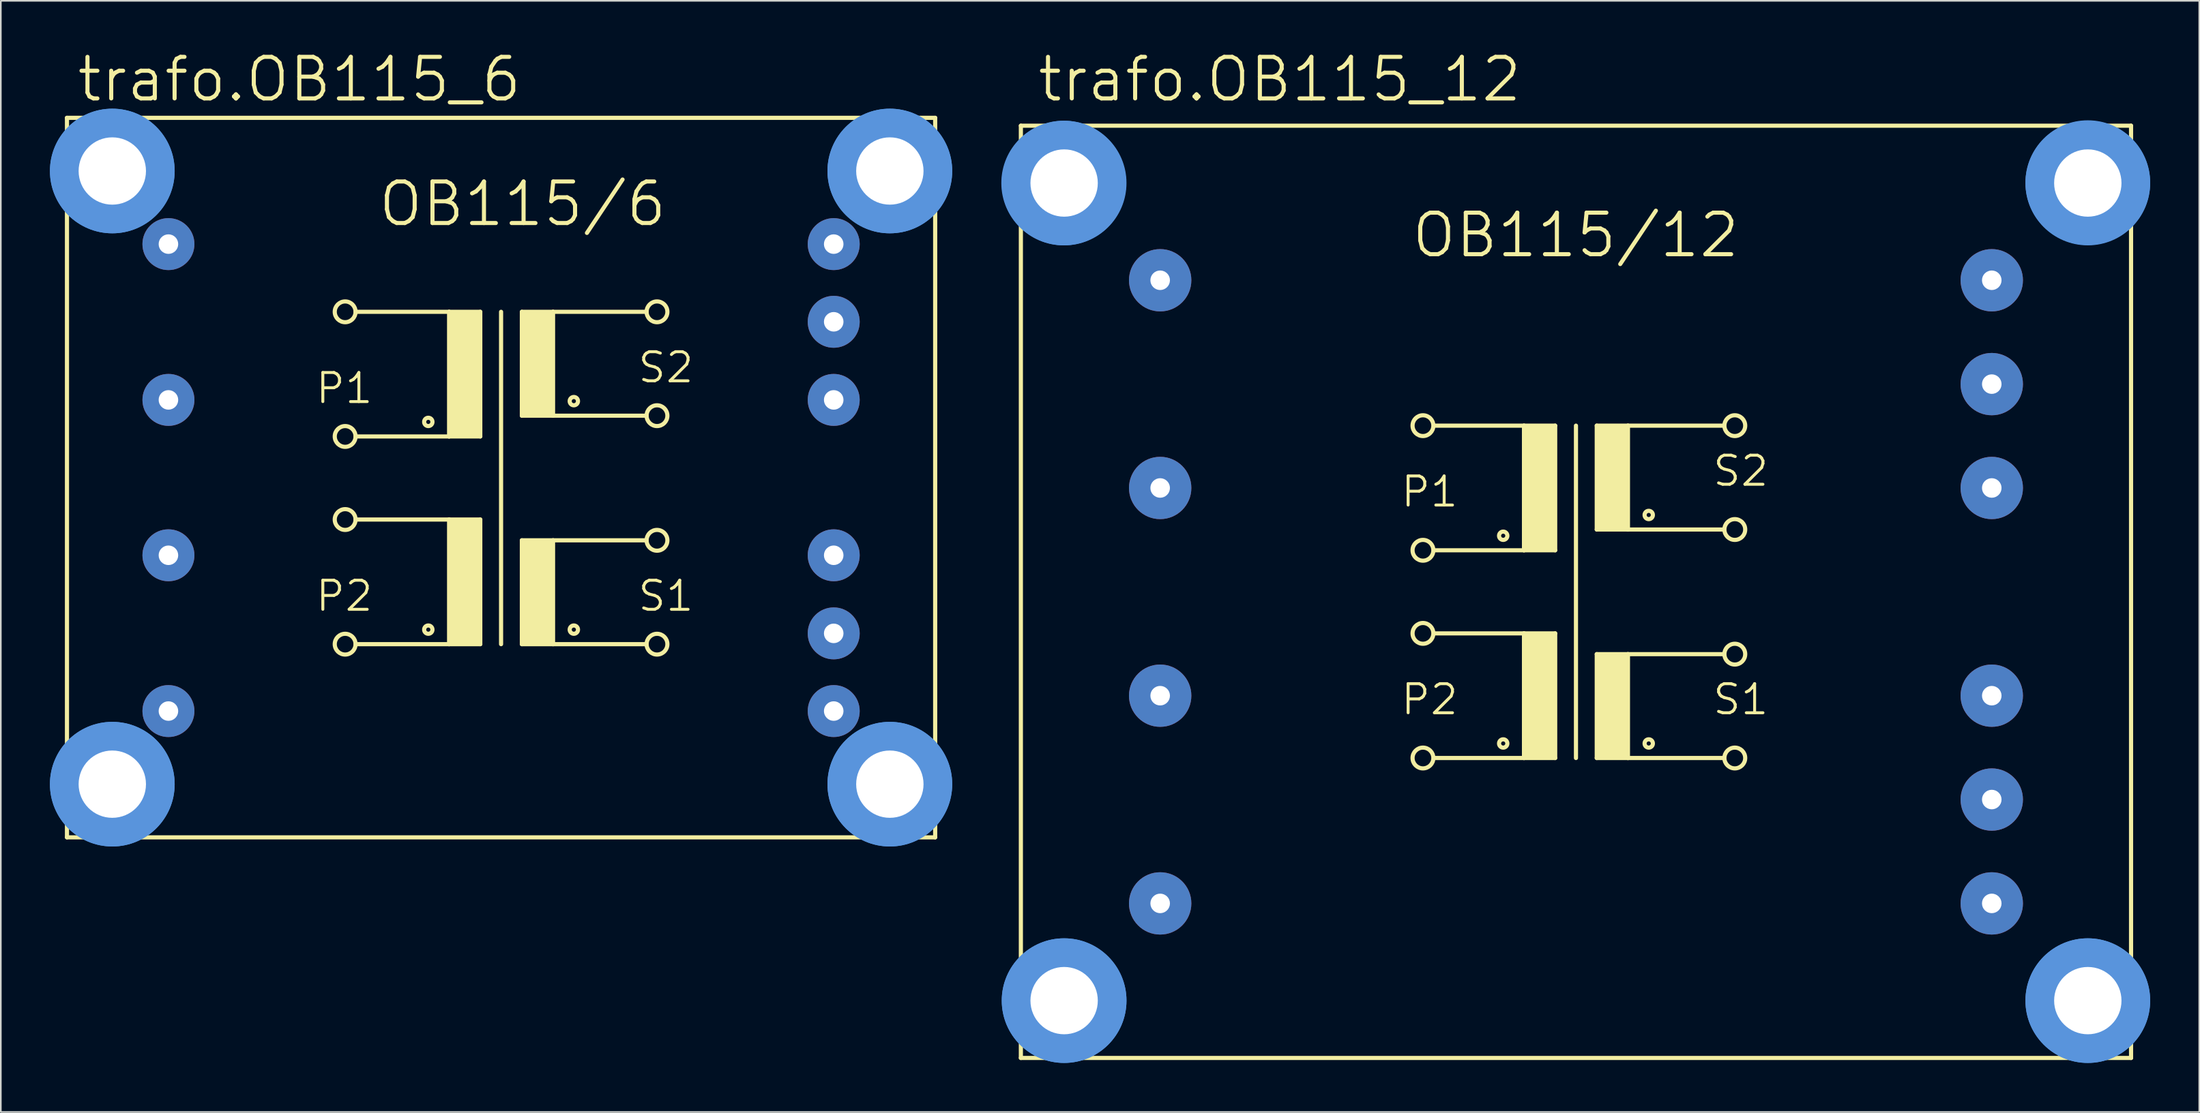
<source format=kicad_pcb>
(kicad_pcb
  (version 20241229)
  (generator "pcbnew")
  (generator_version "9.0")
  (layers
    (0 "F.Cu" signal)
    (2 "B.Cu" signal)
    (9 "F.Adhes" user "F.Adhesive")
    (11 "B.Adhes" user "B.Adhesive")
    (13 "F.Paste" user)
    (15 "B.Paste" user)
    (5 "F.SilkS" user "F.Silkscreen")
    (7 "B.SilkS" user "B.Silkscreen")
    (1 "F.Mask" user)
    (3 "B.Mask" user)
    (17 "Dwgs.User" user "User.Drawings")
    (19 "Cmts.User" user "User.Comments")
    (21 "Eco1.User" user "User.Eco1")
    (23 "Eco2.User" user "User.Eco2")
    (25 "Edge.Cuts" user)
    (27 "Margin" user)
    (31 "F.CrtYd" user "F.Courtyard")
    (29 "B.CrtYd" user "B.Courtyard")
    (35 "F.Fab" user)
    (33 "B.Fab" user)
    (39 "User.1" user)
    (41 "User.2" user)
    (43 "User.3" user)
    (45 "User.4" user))
  (footprint "trafo.OB115_12"
    (layer "F.Cu")
    (at 93.221 33.135)
    (property "Reference" "trafo.OB115_12" (at -33.02 -29.845 0) (layer "F.SilkS") (effects (font (size 2.54 2.54) (thickness 0.25)) (justify left bottom)))
    (attr through_hole)
    (fp_line (start -33.909 -28.499) (end -33.909 28.499) (stroke (width 0.254) (type default)) (layer "F.SilkS"))
    (fp_line (start -33.909 -28.499) (end 33.909 -28.499) (stroke (width 0.254) (type default)) (layer "F.SilkS"))
    (fp_line (start -8.636 -10.16) (end -3.175 -10.16) (stroke (width 0.254) (type default)) (layer "F.SilkS"))
    (fp_line (start -8.636 2.54) (end -3.175 2.54) (stroke (width 0.254) (type default)) (layer "F.SilkS"))
    (fp_line (start -3.175 -10.16) (end -3.175 -2.54) (stroke (width 0.254) (type default)) (layer "F.SilkS"))
    (fp_line (start -3.175 -10.16) (end -1.27 -10.16) (stroke (width 0.254) (type default)) (layer "F.SilkS"))
    (fp_line (start -3.175 -2.54) (end -8.636 -2.54) (stroke (width 0.254) (type default)) (layer "F.SilkS"))
    (fp_line (start -3.175 2.54) (end -3.175 10.16) (stroke (width 0.254) (type default)) (layer "F.SilkS"))
    (fp_line (start -3.175 2.54) (end -1.27 2.54) (stroke (width 0.254) (type default)) (layer "F.SilkS"))
    (fp_line (start -3.175 10.16) (end -8.636 10.16) (stroke (width 0.254) (type default)) (layer "F.SilkS"))
    (fp_line (start -1.27 -10.16) (end -1.27 -2.54) (stroke (width 0.254) (type default)) (layer "F.SilkS"))
    (fp_line (start -1.27 -2.54) (end -3.175 -2.54) (stroke (width 0.254) (type default)) (layer "F.SilkS"))
    (fp_line (start -1.27 2.54) (end -1.27 10.16) (stroke (width 0.254) (type default)) (layer "F.SilkS"))
    (fp_line (start -1.27 10.16) (end -3.175 10.16) (stroke (width 0.254) (type default)) (layer "F.SilkS"))
    (fp_line (start 0 -10.16) (end 0 10.16) (stroke (width 0.254) (type default)) (layer "F.SilkS"))
    (fp_line (start 1.27 -10.16) (end 1.27 -3.81) (stroke (width 0.254) (type default)) (layer "F.SilkS"))
    (fp_line (start 1.27 -10.16) (end 3.175 -10.16) (stroke (width 0.254) (type default)) (layer "F.SilkS"))
    (fp_line (start 1.27 -3.81) (end 3.175 -3.81) (stroke (width 0.254) (type default)) (layer "F.SilkS"))
    (fp_line (start 1.27 3.81) (end 1.27 10.16) (stroke (width 0.254) (type default)) (layer "F.SilkS"))
    (fp_line (start 1.27 3.81) (end 3.175 3.81) (stroke (width 0.254) (type default)) (layer "F.SilkS"))
    (fp_line (start 1.27 10.16) (end 3.175 10.16) (stroke (width 0.254) (type default)) (layer "F.SilkS"))
    (fp_line (start 3.175 -10.16) (end 9.017 -10.16) (stroke (width 0.254) (type default)) (layer "F.SilkS"))
    (fp_line (start 3.175 -3.81) (end 3.175 -10.16) (stroke (width 0.254) (type default)) (layer "F.SilkS"))
    (fp_line (start 3.175 -3.81) (end 9.017 -3.81) (stroke (width 0.254) (type default)) (layer "F.SilkS"))
    (fp_line (start 3.175 3.81) (end 9.017 3.81) (stroke (width 0.254) (type default)) (layer "F.SilkS"))
    (fp_line (start 3.175 10.16) (end 3.175 3.81) (stroke (width 0.254) (type default)) (layer "F.SilkS"))
    (fp_line (start 3.175 10.16) (end 9.017 10.16) (stroke (width 0.254) (type default)) (layer "F.SilkS"))
    (fp_line (start 33.909 28.499) (end -33.909 28.499) (stroke (width 0.254) (type default)) (layer "F.SilkS"))
    (fp_line (start 33.909 28.499) (end 33.909 -28.499) (stroke (width 0.254) (type default)) (layer "F.SilkS"))
    (fp_rect (start -3.2 -2.54) (end -1.295 -10.16) (stroke (width 0.05) (type default)) (fill yes) (layer "F.SilkS"))
    (fp_rect (start -3.2 10.16) (end -1.295 2.54) (stroke (width 0.05) (type default)) (fill yes) (layer "F.SilkS"))
    (fp_rect (start 1.27 -3.835) (end 3.175 -10.185) (stroke (width 0.05) (type default)) (fill yes) (layer "F.SilkS"))
    (fp_rect (start 1.27 10.135) (end 3.175 3.785) (stroke (width 0.05) (type default)) (fill yes) (layer "F.SilkS"))
    (fp_circle (center -9.347 -10.16) (end -8.712 -10.16) (stroke (width 0.254) (type default)) (fill no) (layer "F.SilkS"))
    (fp_circle (center -9.347 -2.54) (end -8.712 -2.54) (stroke (width 0.254) (type default)) (fill no) (layer "F.SilkS"))
    (fp_circle (center -9.347 2.54) (end -8.712 2.54) (stroke (width 0.254) (type default)) (fill no) (layer "F.SilkS"))
    (fp_circle (center -9.347 10.16) (end -8.712 10.16) (stroke (width 0.254) (type default)) (fill no) (layer "F.SilkS"))
    (fp_circle (center -4.445 -3.429) (end -4.191 -3.429) (stroke (width 0.254) (type default)) (fill no) (layer "F.SilkS"))
    (fp_circle (center -4.445 9.271) (end -4.191 9.271) (stroke (width 0.254) (type default)) (fill no) (layer "F.SilkS"))
    (fp_circle (center 4.445 -4.699) (end 4.699 -4.699) (stroke (width 0.254) (type default)) (fill no) (layer "F.SilkS"))
    (fp_circle (center 4.445 9.271) (end 4.699 9.271) (stroke (width 0.254) (type default)) (fill no) (layer "F.SilkS"))
    (fp_circle (center 9.703 -10.16) (end 10.338 -10.16) (stroke (width 0.254) (type default)) (fill no) (layer "F.SilkS"))
    (fp_circle (center 9.703 -3.81) (end 10.338 -3.81) (stroke (width 0.254) (type default)) (fill no) (layer "F.SilkS"))
    (fp_circle (center 9.703 3.81) (end 10.338 3.81) (stroke (width 0.254) (type default)) (fill no) (layer "F.SilkS"))
    (fp_circle (center 9.703 10.16) (end 10.338 10.16) (stroke (width 0.254) (type default)) (fill no) (layer "F.SilkS"))
    (fp_circle (center -31.293 -24.994) (end -28.372 -24.994) (stroke (width 1.778) (type default)) (fill no) (layer "Cmts.User"))
    (fp_circle (center -31.267 -24.994) (end -28.346 -24.994) (stroke (width 1.778) (type default)) (fill no) (layer "Cmts.User"))
    (fp_circle (center -31.267 24.994) (end -28.346 24.994) (stroke (width 1.778) (type default)) (fill no) (layer "Cmts.User"))
    (fp_circle (center -31.267 24.994) (end -28.346 24.994) (stroke (width 1.778) (type default)) (fill no) (layer "Cmts.User"))
    (fp_circle (center 31.267 -25.019) (end 34.188 -25.019) (stroke (width 1.778) (type default)) (fill no) (layer "Cmts.User"))
    (fp_circle (center 31.267 -24.994) (end 34.188 -24.994) (stroke (width 1.778) (type default)) (fill no) (layer "Cmts.User"))
    (fp_circle (center 31.267 24.994) (end 34.188 24.994) (stroke (width 1.778) (type default)) (fill no) (layer "Cmts.User"))
    (fp_circle (center 31.267 24.994) (end 34.188 24.994) (stroke (width 1.778) (type default)) (fill no) (layer "Cmts.User"))
    (fp_text user "S1" (at 8.255 7.62 0) (layer "F.SilkS") (effects (font (size 1.778 1.778) (thickness 0.18)) (justify left bottom)))
    (fp_text user "S2" (at 8.255 -6.35 0) (layer "F.SilkS") (effects (font (size 1.778 1.778) (thickness 0.18)) (justify left bottom)))
    (fp_text user "P2" (at -10.795 7.62 0) (layer "F.SilkS") (effects (font (size 1.778 1.778) (thickness 0.18)) (justify left bottom)))
    (fp_text user "P1" (at -10.795 -5.08 0) (layer "F.SilkS") (effects (font (size 1.778 1.778) (thickness 0.18)) (justify left bottom)))
    (fp_text user "OB115/12" (at -10.16 -20.32 0) (layer "F.SilkS") (effects (font (size 2.54 2.54) (thickness 0.25)) (justify left bottom)))
    (pad "" np_thru_hole circle (at -31.267 -24.994) (size 4.115 4.115) (drill 4.115) (layers "*.Cu" "*.Mask"))
    (pad "" np_thru_hole circle (at -31.267 24.994) (size 4.115 4.115) (drill 4.115) (layers "*.Cu" "*.Mask"))
    (pad "" np_thru_hole circle (at 31.267 -24.994) (size 4.115 4.115) (drill 4.115) (layers "*.Cu" "*.Mask"))
    (pad "" np_thru_hole circle (at 31.267 24.994) (size 4.115 4.115) (drill 4.115) (layers "*.Cu" "*.Mask"))
    (pad "1" thru_hole circle (at -25.4 -19.05) (size 3.81 3.81) (drill 1.194) (layers "*.Cu" "*.Mask"))
    (pad "2" thru_hole circle (at -25.4 -6.35) (size 3.81 3.81) (drill 1.194) (layers "*.Cu" "*.Mask"))
    (pad "3" thru_hole circle (at -25.4 6.35) (size 3.81 3.81) (drill 1.194) (layers "*.Cu" "*.Mask"))
    (pad "4" thru_hole circle (at -25.4 19.05) (size 3.81 3.81) (drill 1.194) (layers "*.Cu" "*.Mask"))
    (pad "5" thru_hole circle (at 25.4 19.05) (size 3.81 3.81) (drill 1.194) (layers "*.Cu" "*.Mask"))
    (pad "6" thru_hole circle (at 25.4 12.7) (size 3.81 3.81) (drill 1.194) (layers "*.Cu" "*.Mask"))
    (pad "7" thru_hole circle (at 25.4 6.35) (size 3.81 3.81) (drill 1.194) (layers "*.Cu" "*.Mask"))
    (pad "8" thru_hole circle (at 25.4 -6.35) (size 3.81 3.81) (drill 1.194) (layers "*.Cu" "*.Mask"))
    (pad "9" thru_hole circle (at 25.4 -12.7) (size 3.81 3.81) (drill 1.194) (layers "*.Cu" "*.Mask"))
    (pad "10" thru_hole circle (at 25.4 -19.05) (size 3.81 3.81) (drill 1.194) (layers "*.Cu" "*.Mask")))
  (footprint "trafo.OB115_6"
    (layer "F.Cu")
    (at 27.559 26.15)
    (property "Reference" "trafo.OB115_6" (at -26.035 -22.86 0) (layer "F.SilkS") (effects (font (size 2.54 2.54) (thickness 0.25)) (justify left bottom)))
    (attr through_hole)
    (fp_line (start -26.518 21.996) (end -26.518 -21.996) (stroke (width 0.254) (type default)) (layer "F.SilkS"))
    (fp_line (start -26.518 21.996) (end 26.518 21.996) (stroke (width 0.254) (type default)) (layer "F.SilkS"))
    (fp_line (start -8.89 -10.135) (end -3.175 -10.135) (stroke (width 0.254) (type default)) (layer "F.SilkS"))
    (fp_line (start -8.89 2.565) (end -3.175 2.565) (stroke (width 0.254) (type default)) (layer "F.SilkS"))
    (fp_line (start -3.175 -10.135) (end -3.175 -2.515) (stroke (width 0.254) (type default)) (layer "F.SilkS"))
    (fp_line (start -3.175 -10.135) (end -1.27 -10.135) (stroke (width 0.254) (type default)) (layer "F.SilkS"))
    (fp_line (start -3.175 -2.515) (end -8.89 -2.515) (stroke (width 0.254) (type default)) (layer "F.SilkS"))
    (fp_line (start -3.175 2.565) (end -3.175 10.185) (stroke (width 0.254) (type default)) (layer "F.SilkS"))
    (fp_line (start -3.175 2.565) (end -1.27 2.565) (stroke (width 0.254) (type default)) (layer "F.SilkS"))
    (fp_line (start -3.175 10.185) (end -8.89 10.185) (stroke (width 0.254) (type default)) (layer "F.SilkS"))
    (fp_line (start -1.27 -10.135) (end -1.27 -2.515) (stroke (width 0.254) (type default)) (layer "F.SilkS"))
    (fp_line (start -1.27 -2.515) (end -3.175 -2.515) (stroke (width 0.254) (type default)) (layer "F.SilkS"))
    (fp_line (start -1.27 2.565) (end -1.27 10.185) (stroke (width 0.254) (type default)) (layer "F.SilkS"))
    (fp_line (start -1.27 10.185) (end -3.175 10.185) (stroke (width 0.254) (type default)) (layer "F.SilkS"))
    (fp_line (start 0 -10.135) (end 0 10.185) (stroke (width 0.254) (type default)) (layer "F.SilkS"))
    (fp_line (start 1.27 -10.135) (end 1.27 -3.785) (stroke (width 0.254) (type default)) (layer "F.SilkS"))
    (fp_line (start 1.27 -10.135) (end 3.175 -10.135) (stroke (width 0.254) (type default)) (layer "F.SilkS"))
    (fp_line (start 1.27 -3.785) (end 3.175 -3.785) (stroke (width 0.254) (type default)) (layer "F.SilkS"))
    (fp_line (start 1.27 3.835) (end 1.27 10.185) (stroke (width 0.254) (type default)) (layer "F.SilkS"))
    (fp_line (start 1.27 3.835) (end 3.175 3.835) (stroke (width 0.254) (type default)) (layer "F.SilkS"))
    (fp_line (start 1.27 10.185) (end 3.175 10.185) (stroke (width 0.254) (type default)) (layer "F.SilkS"))
    (fp_line (start 3.175 -10.135) (end 8.89 -10.135) (stroke (width 0.254) (type default)) (layer "F.SilkS"))
    (fp_line (start 3.175 -3.785) (end 3.175 -10.135) (stroke (width 0.254) (type default)) (layer "F.SilkS"))
    (fp_line (start 3.175 -3.785) (end 8.89 -3.785) (stroke (width 0.254) (type default)) (layer "F.SilkS"))
    (fp_line (start 3.175 3.835) (end 8.89 3.835) (stroke (width 0.254) (type default)) (layer "F.SilkS"))
    (fp_line (start 3.175 10.185) (end 3.175 3.835) (stroke (width 0.254) (type default)) (layer "F.SilkS"))
    (fp_line (start 3.175 10.185) (end 8.89 10.185) (stroke (width 0.254) (type default)) (layer "F.SilkS"))
    (fp_line (start 26.518 -21.996) (end -26.518 -21.996) (stroke (width 0.254) (type default)) (layer "F.SilkS"))
    (fp_line (start 26.518 -21.996) (end 26.518 21.996) (stroke (width 0.254) (type default)) (layer "F.SilkS"))
    (fp_rect (start -3.175 -2.515) (end -1.27 -10.135) (stroke (width 0.05) (type default)) (fill yes) (layer "F.SilkS"))
    (fp_rect (start -3.175 10.185) (end -1.27 2.565) (stroke (width 0.05) (type default)) (fill yes) (layer "F.SilkS"))
    (fp_rect (start 1.27 -3.785) (end 3.175 -10.135) (stroke (width 0.05) (type default)) (fill yes) (layer "F.SilkS"))
    (fp_rect (start 1.27 10.185) (end 3.175 3.835) (stroke (width 0.05) (type default)) (fill yes) (layer "F.SilkS"))
    (fp_circle (center -9.525 -10.135) (end -8.89 -10.135) (stroke (width 0.254) (type default)) (fill no) (layer "F.SilkS"))
    (fp_circle (center -9.525 -2.515) (end -8.89 -2.515) (stroke (width 0.254) (type default)) (fill no) (layer "F.SilkS"))
    (fp_circle (center -9.525 2.565) (end -8.89 2.565) (stroke (width 0.254) (type default)) (fill no) (layer "F.SilkS"))
    (fp_circle (center -9.525 10.185) (end -8.89 10.185) (stroke (width 0.254) (type default)) (fill no) (layer "F.SilkS"))
    (fp_circle (center -4.445 -3.404) (end -4.191 -3.404) (stroke (width 0.254) (type default)) (fill no) (layer "F.SilkS"))
    (fp_circle (center -4.445 9.296) (end -4.191 9.296) (stroke (width 0.254) (type default)) (fill no) (layer "F.SilkS"))
    (fp_circle (center 4.445 -4.674) (end 4.699 -4.674) (stroke (width 0.254) (type default)) (fill no) (layer "F.SilkS"))
    (fp_circle (center 4.445 9.296) (end 4.699 9.296) (stroke (width 0.254) (type default)) (fill no) (layer "F.SilkS"))
    (fp_circle (center 9.525 -10.135) (end 10.16 -10.135) (stroke (width 0.254) (type default)) (fill no) (layer "F.SilkS"))
    (fp_circle (center 9.525 -3.785) (end 10.16 -3.785) (stroke (width 0.254) (type default)) (fill no) (layer "F.SilkS"))
    (fp_circle (center 9.525 3.835) (end 10.16 3.835) (stroke (width 0.254) (type default)) (fill no) (layer "F.SilkS"))
    (fp_circle (center 9.525 10.185) (end 10.16 10.185) (stroke (width 0.254) (type default)) (fill no) (layer "F.SilkS"))
    (fp_circle (center -23.749 -18.745) (end -20.828 -18.745) (stroke (width 1.778) (type default)) (fill no) (layer "Cmts.User"))
    (fp_circle (center -23.749 -18.745) (end -20.828 -18.745) (stroke (width 1.778) (type default)) (fill no) (layer "Cmts.User"))
    (fp_circle (center -23.749 18.745) (end -20.828 18.745) (stroke (width 1.778) (type default)) (fill no) (layer "Cmts.User"))
    (fp_circle (center -23.749 18.745) (end -20.828 18.745) (stroke (width 1.778) (type default)) (fill no) (layer "Cmts.User"))
    (fp_circle (center 23.749 -18.745) (end 26.67 -18.745) (stroke (width 1.778) (type default)) (fill no) (layer "Cmts.User"))
    (fp_circle (center 23.749 -18.745) (end 26.67 -18.745) (stroke (width 1.778) (type default)) (fill no) (layer "Cmts.User"))
    (fp_circle (center 23.749 18.745) (end 26.67 18.745) (stroke (width 1.778) (type default)) (fill no) (layer "Cmts.User"))
    (fp_circle (center 23.749 18.745) (end 26.67 18.745) (stroke (width 1.778) (type default)) (fill no) (layer "Cmts.User"))
    (fp_text user "OB115/6" (at -7.62 -15.24 0) (layer "F.SilkS") (effects (font (size 2.54 2.54) (thickness 0.25)) (justify left bottom)))
    (fp_text user "S2" (at 8.255 -5.69 0) (layer "F.SilkS") (effects (font (size 1.778 1.778) (thickness 0.18)) (justify left bottom)))
    (fp_text user "S1" (at 8.255 8.28 0) (layer "F.SilkS") (effects (font (size 1.778 1.778) (thickness 0.18)) (justify left bottom)))
    (fp_text user "P2" (at -11.43 8.28 0) (layer "F.SilkS") (effects (font (size 1.778 1.778) (thickness 0.18)) (justify left bottom)))
    (fp_text user "P1" (at -11.43 -4.42 0) (layer "F.SilkS") (effects (font (size 1.778 1.778) (thickness 0.18)) (justify left bottom)))
    (pad "" np_thru_hole circle (at -23.749 -18.745) (size 4.115 4.115) (drill 4.115) (layers "*.Cu" "*.Mask"))
    (pad "" np_thru_hole circle (at -23.749 18.745) (size 4.115 4.115) (drill 4.115) (layers "*.Cu" "*.Mask"))
    (pad "" np_thru_hole circle (at 23.749 -18.745) (size 4.115 4.115) (drill 4.115) (layers "*.Cu" "*.Mask"))
    (pad "" np_thru_hole circle (at 23.749 18.745) (size 4.115 4.115) (drill 4.115) (layers "*.Cu" "*.Mask"))
    (pad "1" thru_hole circle (at -20.32 -14.275) (size 3.175 3.175) (drill 1.194) (layers "*.Cu" "*.Mask"))
    (pad "2" thru_hole circle (at -20.32 -4.75) (size 3.175 3.175) (drill 1.194) (layers "*.Cu" "*.Mask"))
    (pad "3" thru_hole circle (at -20.32 4.75) (size 3.175 3.175) (drill 1.194) (layers "*.Cu" "*.Mask"))
    (pad "4" thru_hole circle (at -20.32 14.275) (size 3.175 3.175) (drill 1.194) (layers "*.Cu" "*.Mask"))
    (pad "5" thru_hole circle (at 20.32 14.275) (size 3.175 3.175) (drill 1.194) (layers "*.Cu" "*.Mask"))
    (pad "6" thru_hole circle (at 20.32 9.525) (size 3.175 3.175) (drill 1.194) (layers "*.Cu" "*.Mask"))
    (pad "7" thru_hole circle (at 20.32 4.75) (size 3.175 3.175) (drill 1.194) (layers "*.Cu" "*.Mask"))
    (pad "8" thru_hole circle (at 20.32 -4.75) (size 3.175 3.175) (drill 1.194) (layers "*.Cu" "*.Mask"))
    (pad "9" thru_hole circle (at 20.32 -9.525) (size 3.175 3.175) (drill 1.194) (layers "*.Cu" "*.Mask"))
    (pad "10" thru_hole circle (at 20.32 -14.275) (size 3.175 3.175) (drill 1.194) (layers "*.Cu" "*.Mask")))
  (gr_rect
    (start -3 -3)
    (end 131.298 64.939)
    (stroke (width 0.1) (type default))
    (fill no)
    (layer "Edge.Cuts")))
</source>
